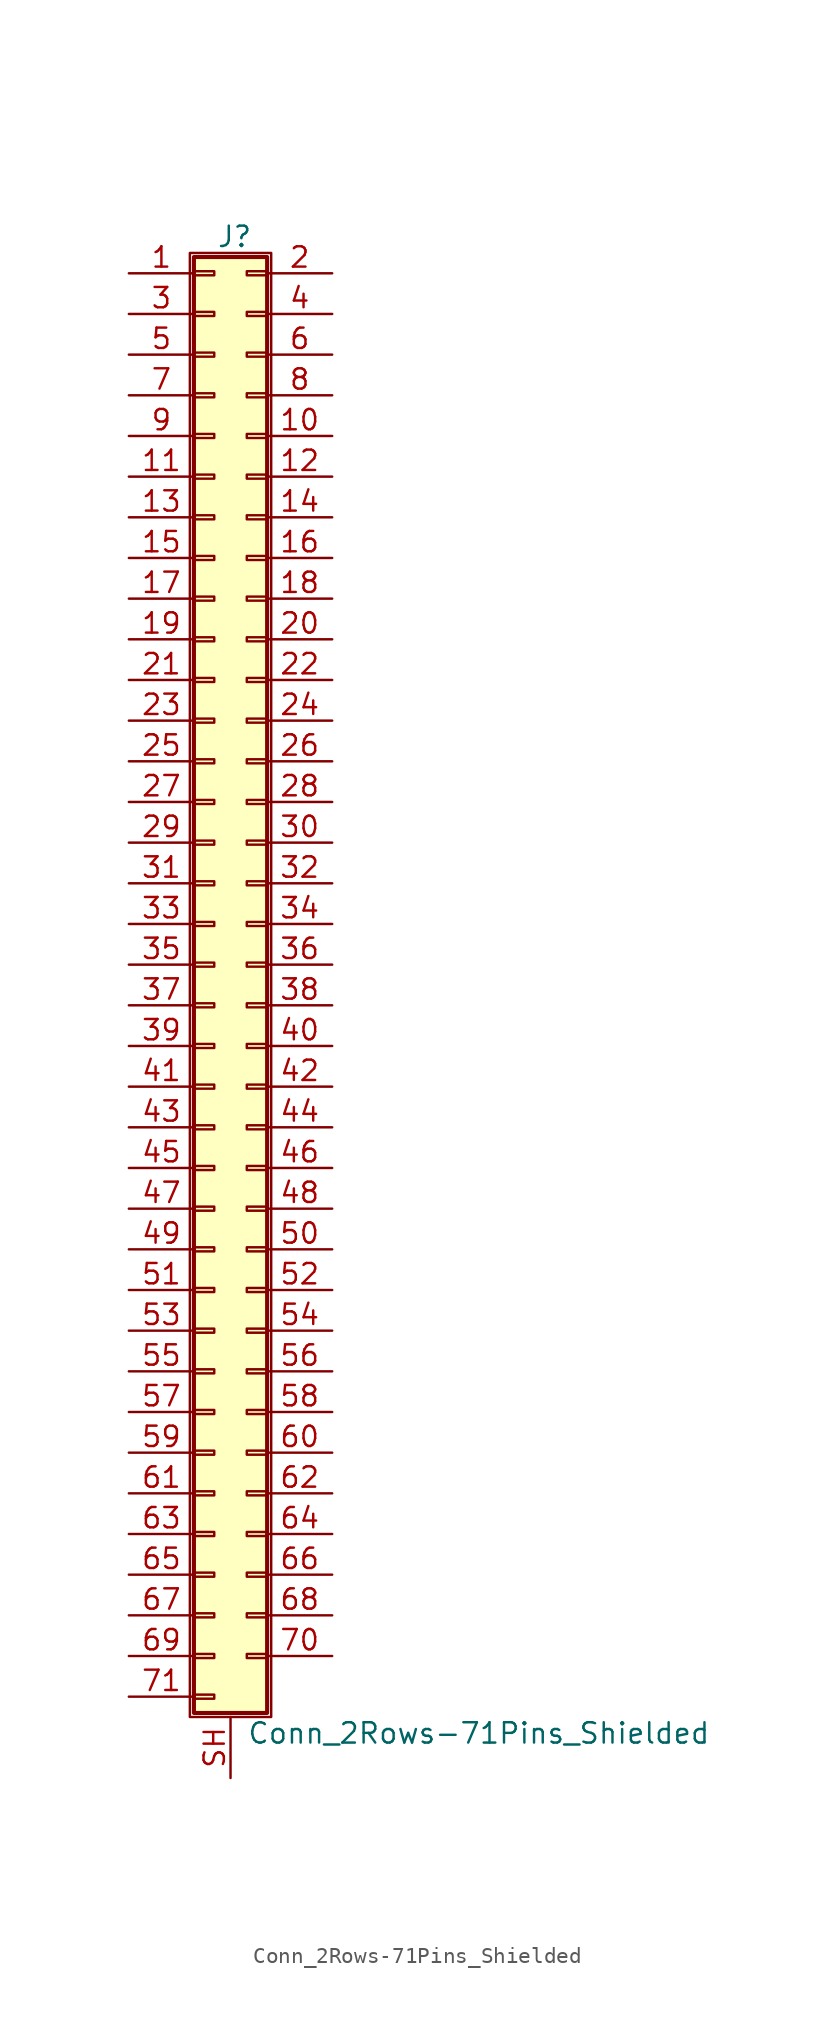
<source format=kicad_sym>
(kicad_symbol_lib
  (version 20201005)
  (generator kicad_symbol_editor)
  (symbol "Connector_Generic_Shielded:Conn_2Rows-71Pins_Shielded"
    (pin_names
      (offset 1.016) hide)
    (property "Reference" "J"
      (at 1.524 45.466 0)
      (effects (font (size 1.27 1.27))))
    (property "Value" "Conn_2Rows-71Pins_Shielded"
      (at 2.286 -48.006 0)
      (effects (font (size 1.27 1.27)) (justify left)))
    (symbol "Conn_2Rows-71Pins_Shielded_1_1"
      (rectangle (start -1.016 -27.813) (end 0.254 -28.067) (stroke (width 0.152)) (fill (type none)))
      (rectangle (start -1.016 -30.353) (end 0.254 -30.607) (stroke (width 0.152)) (fill (type none)))
      (rectangle (start -1.016 -32.893) (end 0.254 -33.147) (stroke (width 0.152)) (fill (type none)))
      (rectangle (start -1.016 -35.433) (end 0.254 -35.687) (stroke (width 0.152)) (fill (type none)))
      (rectangle (start -1.016 -37.973) (end 0.254 -38.227) (stroke (width 0.152)) (fill (type none)))
      (rectangle (start -1.016 -40.513) (end 0.254 -40.767) (stroke (width 0.152)) (fill (type none)))
      (rectangle (start -1.016 -43.053) (end 0.254 -43.307) (stroke (width 0.152)) (fill (type none)))
      (rectangle (start -1.016 -45.593) (end 0.254 -45.847) (stroke (width 0.152)) (fill (type none)))
      (rectangle (start -1.016 -4.953) (end 0.254 -5.207) (stroke (width 0.152)) (fill (type none)))
      (rectangle (start -1.016 -7.493) (end 0.254 -7.747) (stroke (width 0.152)) (fill (type none)))
      (rectangle (start -1.016 -10.033) (end 0.254 -10.287) (stroke (width 0.152)) (fill (type none)))
      (rectangle (start -1.016 -12.573) (end 0.254 -12.827) (stroke (width 0.152)) (fill (type none)))
      (rectangle (start -1.016 -15.113) (end 0.254 -15.367) (stroke (width 0.152)) (fill (type none)))
      (rectangle (start -1.016 -17.653) (end 0.254 -17.907) (stroke (width 0.152)) (fill (type none)))
      (rectangle (start -1.016 -20.193) (end 0.254 -20.447) (stroke (width 0.152)) (fill (type none)))
      (rectangle (start -1.016 -22.733) (end 0.254 -22.987) (stroke (width 0.152)) (fill (type none)))
      (rectangle (start -1.016 -2.413) (end 0.254 -2.667) (stroke (width 0.152)) (fill (type none)))
      (rectangle (start -1.016 -25.273) (end 0.254 -25.527) (stroke (width 0.152)) (fill (type none)))
      (rectangle (start -1.016 25.527) (end 0.254 25.273) (stroke (width 0.152)) (fill (type none)))
      (rectangle (start -1.016 2.667) (end 0.254 2.413) (stroke (width 0.152)) (fill (type none)))
      (rectangle (start -1.016 28.067) (end 0.254 27.813) (stroke (width 0.152)) (fill (type none)))
      (rectangle (start -1.016 30.607) (end 0.254 30.353) (stroke (width 0.152)) (fill (type none)))
      (rectangle (start -1.016 33.147) (end 0.254 32.893) (stroke (width 0.152)) (fill (type none)))
      (rectangle (start -1.016 35.687) (end 0.254 35.433) (stroke (width 0.152)) (fill (type none)))
      (rectangle (start -1.016 38.227) (end 0.254 37.973) (stroke (width 0.152)) (fill (type none)))
      (rectangle (start -1.016 40.767) (end 0.254 40.513) (stroke (width 0.152)) (fill (type none)))
      (rectangle (start -1.016 43.307) (end 0.254 43.053) (stroke (width 0.152)) (fill (type none)))
      (rectangle (start -1.016 44.196) (end 3.556 -46.736) (stroke (width 0.254)) (fill (type background)))
      (rectangle (start -1.016 5.207) (end 0.254 4.953) (stroke (width 0.152)) (fill (type none)))
      (rectangle (start -1.016 7.747) (end 0.254 7.493) (stroke (width 0.152)) (fill (type none)))
      (rectangle (start -1.016 10.287) (end 0.254 10.033) (stroke (width 0.152)) (fill (type none)))
      (rectangle (start -1.016 0.127) (end 0.254 -0.127) (stroke (width 0.152)) (fill (type none)))
      (rectangle (start -1.016 12.827) (end 0.254 12.573) (stroke (width 0.152)) (fill (type none)))
      (rectangle (start -1.016 15.367) (end 0.254 15.113) (stroke (width 0.152)) (fill (type none)))
      (rectangle (start -1.016 17.907) (end 0.254 17.653) (stroke (width 0.152)) (fill (type none)))
      (rectangle (start -1.016 20.447) (end 0.254 20.193) (stroke (width 0.152)) (fill (type none)))
      (rectangle (start -1.016 22.987) (end 0.254 22.733) (stroke (width 0.152)) (fill (type none)))
      (rectangle (start -1.27 44.45) (end 3.81 -46.99) (stroke (width 0.152)) (fill (type none)))
      (rectangle (start 3.556 -27.813) (end 2.286 -28.067) (stroke (width 0.152)) (fill (type none)))
      (rectangle (start 3.556 -30.353) (end 2.286 -30.607) (stroke (width 0.152)) (fill (type none)))
      (rectangle (start 3.556 -32.893) (end 2.286 -33.147) (stroke (width 0.152)) (fill (type none)))
      (rectangle (start 3.556 -35.433) (end 2.286 -35.687) (stroke (width 0.152)) (fill (type none)))
      (rectangle (start 3.556 -37.973) (end 2.286 -38.227) (stroke (width 0.152)) (fill (type none)))
      (rectangle (start 3.556 -40.513) (end 2.286 -40.767) (stroke (width 0.152)) (fill (type none)))
      (rectangle (start 3.556 -43.053) (end 2.286 -43.307) (stroke (width 0.152)) (fill (type none)))
      (rectangle (start 3.556 -4.953) (end 2.286 -5.207) (stroke (width 0.152)) (fill (type none)))
      (rectangle (start 3.556 -7.493) (end 2.286 -7.747) (stroke (width 0.152)) (fill (type none)))
      (rectangle (start 3.556 -10.033) (end 2.286 -10.287) (stroke (width 0.152)) (fill (type none)))
      (rectangle (start 3.556 -12.573) (end 2.286 -12.827) (stroke (width 0.152)) (fill (type none)))
      (rectangle (start 3.556 -15.113) (end 2.286 -15.367) (stroke (width 0.152)) (fill (type none)))
      (rectangle (start 3.556 -17.653) (end 2.286 -17.907) (stroke (width 0.152)) (fill (type none)))
      (rectangle (start 3.556 -20.193) (end 2.286 -20.447) (stroke (width 0.152)) (fill (type none)))
      (rectangle (start 3.556 -22.733) (end 2.286 -22.987) (stroke (width 0.152)) (fill (type none)))
      (rectangle (start 3.556 -2.413) (end 2.286 -2.667) (stroke (width 0.152)) (fill (type none)))
      (rectangle (start 3.556 -25.273) (end 2.286 -25.527) (stroke (width 0.152)) (fill (type none)))
      (rectangle (start 3.556 25.527) (end 2.286 25.273) (stroke (width 0.152)) (fill (type none)))
      (rectangle (start 3.556 2.667) (end 2.286 2.413) (stroke (width 0.152)) (fill (type none)))
      (rectangle (start 3.556 28.067) (end 2.286 27.813) (stroke (width 0.152)) (fill (type none)))
      (rectangle (start 3.556 30.607) (end 2.286 30.353) (stroke (width 0.152)) (fill (type none)))
      (rectangle (start 3.556 33.147) (end 2.286 32.893) (stroke (width 0.152)) (fill (type none)))
      (rectangle (start 3.556 35.687) (end 2.286 35.433) (stroke (width 0.152)) (fill (type none)))
      (rectangle (start 3.556 38.227) (end 2.286 37.973) (stroke (width 0.152)) (fill (type none)))
      (rectangle (start 3.556 40.767) (end 2.286 40.513) (stroke (width 0.152)) (fill (type none)))
      (rectangle (start 3.556 43.307) (end 2.286 43.053) (stroke (width 0.152)) (fill (type none)))
      (rectangle (start 3.556 5.207) (end 2.286 4.953) (stroke (width 0.152)) (fill (type none)))
      (rectangle (start 3.556 7.747) (end 2.286 7.493) (stroke (width 0.152)) (fill (type none)))
      (rectangle (start 3.556 10.287) (end 2.286 10.033) (stroke (width 0.152)) (fill (type none)))
      (rectangle (start 3.556 0.127) (end 2.286 -0.127) (stroke (width 0.152)) (fill (type none)))
      (rectangle (start 3.556 12.827) (end 2.286 12.573) (stroke (width 0.152)) (fill (type none)))
      (rectangle (start 3.556 15.367) (end 2.286 15.113) (stroke (width 0.152)) (fill (type none)))
      (rectangle (start 3.556 17.907) (end 2.286 17.653) (stroke (width 0.152)) (fill (type none)))
      (rectangle (start 3.556 20.447) (end 2.286 20.193) (stroke (width 0.152)) (fill (type none)))
      (rectangle (start 3.556 22.987) (end 2.286 22.733) (stroke (width 0.152)) (fill (type none)))
      (pin passive line (at -5.08 43.18 0) (length 4.064) (name "Pin_1" (effects (font (size 1.27 1.27)))) (number "1" (effects (font (size 1.27 1.27)))))
      (pin passive line (at 7.62 33.02 180) (length 4.064) (name "Pin_10" (effects (font (size 1.27 1.27)))) (number "10" (effects (font (size 1.27 1.27)))))
      (pin passive line (at -5.08 30.48 0) (length 4.064) (name "Pin_11" (effects (font (size 1.27 1.27)))) (number "11" (effects (font (size 1.27 1.27)))))
      (pin passive line (at 7.62 30.48 180) (length 4.064) (name "Pin_12" (effects (font (size 1.27 1.27)))) (number "12" (effects (font (size 1.27 1.27)))))
      (pin passive line (at -5.08 27.94 0) (length 4.064) (name "Pin_13" (effects (font (size 1.27 1.27)))) (number "13" (effects (font (size 1.27 1.27)))))
      (pin passive line (at 7.62 27.94 180) (length 4.064) (name "Pin_14" (effects (font (size 1.27 1.27)))) (number "14" (effects (font (size 1.27 1.27)))))
      (pin passive line (at -5.08 25.4 0) (length 4.064) (name "Pin_15" (effects (font (size 1.27 1.27)))) (number "15" (effects (font (size 1.27 1.27)))))
      (pin passive line (at 7.62 25.4 180) (length 4.064) (name "Pin_16" (effects (font (size 1.27 1.27)))) (number "16" (effects (font (size 1.27 1.27)))))
      (pin passive line (at -5.08 22.86 0) (length 4.064) (name "Pin_17" (effects (font (size 1.27 1.27)))) (number "17" (effects (font (size 1.27 1.27)))))
      (pin passive line (at 7.62 22.86 180) (length 4.064) (name "Pin_18" (effects (font (size 1.27 1.27)))) (number "18" (effects (font (size 1.27 1.27)))))
      (pin passive line (at -5.08 20.32 0) (length 4.064) (name "Pin_19" (effects (font (size 1.27 1.27)))) (number "19" (effects (font (size 1.27 1.27)))))
      (pin passive line (at 7.62 43.18 180) (length 4.064) (name "Pin_2" (effects (font (size 1.27 1.27)))) (number "2" (effects (font (size 1.27 1.27)))))
      (pin passive line (at 7.62 20.32 180) (length 4.064) (name "Pin_20" (effects (font (size 1.27 1.27)))) (number "20" (effects (font (size 1.27 1.27)))))
      (pin passive line (at -5.08 17.78 0) (length 4.064) (name "Pin_21" (effects (font (size 1.27 1.27)))) (number "21" (effects (font (size 1.27 1.27)))))
      (pin passive line (at 7.62 17.78 180) (length 4.064) (name "Pin_22" (effects (font (size 1.27 1.27)))) (number "22" (effects (font (size 1.27 1.27)))))
      (pin passive line (at -5.08 15.24 0) (length 4.064) (name "Pin_23" (effects (font (size 1.27 1.27)))) (number "23" (effects (font (size 1.27 1.27)))))
      (pin passive line (at 7.62 15.24 180) (length 4.064) (name "Pin_24" (effects (font (size 1.27 1.27)))) (number "24" (effects (font (size 1.27 1.27)))))
      (pin passive line (at -5.08 12.7 0) (length 4.064) (name "Pin_25" (effects (font (size 1.27 1.27)))) (number "25" (effects (font (size 1.27 1.27)))))
      (pin passive line (at 7.62 12.7 180) (length 4.064) (name "Pin_26" (effects (font (size 1.27 1.27)))) (number "26" (effects (font (size 1.27 1.27)))))
      (pin passive line (at -5.08 10.16 0) (length 4.064) (name "Pin_27" (effects (font (size 1.27 1.27)))) (number "27" (effects (font (size 1.27 1.27)))))
      (pin passive line (at 7.62 10.16 180) (length 4.064) (name "Pin_28" (effects (font (size 1.27 1.27)))) (number "28" (effects (font (size 1.27 1.27)))))
      (pin passive line (at -5.08 7.62 0) (length 4.064) (name "Pin_29" (effects (font (size 1.27 1.27)))) (number "29" (effects (font (size 1.27 1.27)))))
      (pin passive line (at -5.08 40.64 0) (length 4.064) (name "Pin_3" (effects (font (size 1.27 1.27)))) (number "3" (effects (font (size 1.27 1.27)))))
      (pin passive line (at 7.62 7.62 180) (length 4.064) (name "Pin_30" (effects (font (size 1.27 1.27)))) (number "30" (effects (font (size 1.27 1.27)))))
      (pin passive line (at -5.08 5.08 0) (length 4.064) (name "Pin_31" (effects (font (size 1.27 1.27)))) (number "31" (effects (font (size 1.27 1.27)))))
      (pin passive line (at 7.62 5.08 180) (length 4.064) (name "Pin_32" (effects (font (size 1.27 1.27)))) (number "32" (effects (font (size 1.27 1.27)))))
      (pin passive line (at -5.08 2.54 0) (length 4.064) (name "Pin_33" (effects (font (size 1.27 1.27)))) (number "33" (effects (font (size 1.27 1.27)))))
      (pin passive line (at 7.62 2.54 180) (length 4.064) (name "Pin_34" (effects (font (size 1.27 1.27)))) (number "34" (effects (font (size 1.27 1.27)))))
      (pin passive line (at -5.08 0 0) (length 4.064) (name "Pin_35" (effects (font (size 1.27 1.27)))) (number "35" (effects (font (size 1.27 1.27)))))
      (pin passive line (at 7.62 0 180) (length 4.064) (name "Pin_36" (effects (font (size 1.27 1.27)))) (number "36" (effects (font (size 1.27 1.27)))))
      (pin passive line (at -5.08 -2.54 0) (length 4.064) (name "Pin_37" (effects (font (size 1.27 1.27)))) (number "37" (effects (font (size 1.27 1.27)))))
      (pin passive line (at 7.62 -2.54 180) (length 4.064) (name "Pin_38" (effects (font (size 1.27 1.27)))) (number "38" (effects (font (size 1.27 1.27)))))
      (pin passive line (at -5.08 -5.08 0) (length 4.064) (name "Pin_39" (effects (font (size 1.27 1.27)))) (number "39" (effects (font (size 1.27 1.27)))))
      (pin passive line (at 7.62 40.64 180) (length 4.064) (name "Pin_4" (effects (font (size 1.27 1.27)))) (number "4" (effects (font (size 1.27 1.27)))))
      (pin passive line (at 7.62 -5.08 180) (length 4.064) (name "Pin_40" (effects (font (size 1.27 1.27)))) (number "40" (effects (font (size 1.27 1.27)))))
      (pin passive line (at -5.08 -7.62 0) (length 4.064) (name "Pin_41" (effects (font (size 1.27 1.27)))) (number "41" (effects (font (size 1.27 1.27)))))
      (pin passive line (at 7.62 -7.62 180) (length 4.064) (name "Pin_42" (effects (font (size 1.27 1.27)))) (number "42" (effects (font (size 1.27 1.27)))))
      (pin passive line (at -5.08 -10.16 0) (length 4.064) (name "Pin_43" (effects (font (size 1.27 1.27)))) (number "43" (effects (font (size 1.27 1.27)))))
      (pin passive line (at 7.62 -10.16 180) (length 4.064) (name "Pin_44" (effects (font (size 1.27 1.27)))) (number "44" (effects (font (size 1.27 1.27)))))
      (pin passive line (at -5.08 -12.7 0) (length 4.064) (name "Pin_45" (effects (font (size 1.27 1.27)))) (number "45" (effects (font (size 1.27 1.27)))))
      (pin passive line (at 7.62 -12.7 180) (length 4.064) (name "Pin_46" (effects (font (size 1.27 1.27)))) (number "46" (effects (font (size 1.27 1.27)))))
      (pin passive line (at -5.08 -15.24 0) (length 4.064) (name "Pin_47" (effects (font (size 1.27 1.27)))) (number "47" (effects (font (size 1.27 1.27)))))
      (pin passive line (at 7.62 -15.24 180) (length 4.064) (name "Pin_48" (effects (font (size 1.27 1.27)))) (number "48" (effects (font (size 1.27 1.27)))))
      (pin passive line (at -5.08 -17.78 0) (length 4.064) (name "Pin_49" (effects (font (size 1.27 1.27)))) (number "49" (effects (font (size 1.27 1.27)))))
      (pin passive line (at -5.08 38.1 0) (length 4.064) (name "Pin_5" (effects (font (size 1.27 1.27)))) (number "5" (effects (font (size 1.27 1.27)))))
      (pin passive line (at 7.62 -17.78 180) (length 4.064) (name "Pin_50" (effects (font (size 1.27 1.27)))) (number "50" (effects (font (size 1.27 1.27)))))
      (pin passive line (at -5.08 -20.32 0) (length 4.064) (name "Pin_51" (effects (font (size 1.27 1.27)))) (number "51" (effects (font (size 1.27 1.27)))))
      (pin passive line (at 7.62 -20.32 180) (length 4.064) (name "Pin_52" (effects (font (size 1.27 1.27)))) (number "52" (effects (font (size 1.27 1.27)))))
      (pin passive line (at -5.08 -22.86 0) (length 4.064) (name "Pin_53" (effects (font (size 1.27 1.27)))) (number "53" (effects (font (size 1.27 1.27)))))
      (pin passive line (at 7.62 -22.86 180) (length 4.064) (name "Pin_54" (effects (font (size 1.27 1.27)))) (number "54" (effects (font (size 1.27 1.27)))))
      (pin passive line (at -5.08 -25.4 0) (length 4.064) (name "Pin_55" (effects (font (size 1.27 1.27)))) (number "55" (effects (font (size 1.27 1.27)))))
      (pin passive line (at 7.62 -25.4 180) (length 4.064) (name "Pin_56" (effects (font (size 1.27 1.27)))) (number "56" (effects (font (size 1.27 1.27)))))
      (pin passive line (at -5.08 -27.94 0) (length 4.064) (name "Pin_57" (effects (font (size 1.27 1.27)))) (number "57" (effects (font (size 1.27 1.27)))))
      (pin passive line (at 7.62 -27.94 180) (length 4.064) (name "Pin_58" (effects (font (size 1.27 1.27)))) (number "58" (effects (font (size 1.27 1.27)))))
      (pin passive line (at -5.08 -30.48 0) (length 4.064) (name "Pin_59" (effects (font (size 1.27 1.27)))) (number "59" (effects (font (size 1.27 1.27)))))
      (pin passive line (at 7.62 38.1 180) (length 4.064) (name "Pin_6" (effects (font (size 1.27 1.27)))) (number "6" (effects (font (size 1.27 1.27)))))
      (pin passive line (at 7.62 -30.48 180) (length 4.064) (name "Pin_60" (effects (font (size 1.27 1.27)))) (number "60" (effects (font (size 1.27 1.27)))))
      (pin passive line (at -5.08 -33.02 0) (length 4.064) (name "Pin_61" (effects (font (size 1.27 1.27)))) (number "61" (effects (font (size 1.27 1.27)))))
      (pin passive line (at 7.62 -33.02 180) (length 4.064) (name "Pin_62" (effects (font (size 1.27 1.27)))) (number "62" (effects (font (size 1.27 1.27)))))
      (pin passive line (at -5.08 -35.56 0) (length 4.064) (name "Pin_63" (effects (font (size 1.27 1.27)))) (number "63" (effects (font (size 1.27 1.27)))))
      (pin passive line (at 7.62 -35.56 180) (length 4.064) (name "Pin_64" (effects (font (size 1.27 1.27)))) (number "64" (effects (font (size 1.27 1.27)))))
      (pin passive line (at -5.08 -38.1 0) (length 4.064) (name "Pin_65" (effects (font (size 1.27 1.27)))) (number "65" (effects (font (size 1.27 1.27)))))
      (pin passive line (at 7.62 -38.1 180) (length 4.064) (name "Pin_66" (effects (font (size 1.27 1.27)))) (number "66" (effects (font (size 1.27 1.27)))))
      (pin passive line (at -5.08 -40.64 0) (length 4.064) (name "Pin_67" (effects (font (size 1.27 1.27)))) (number "67" (effects (font (size 1.27 1.27)))))
      (pin passive line (at 7.62 -40.64 180) (length 4.064) (name "Pin_68" (effects (font (size 1.27 1.27)))) (number "68" (effects (font (size 1.27 1.27)))))
      (pin passive line (at -5.08 -43.18 0) (length 4.064) (name "Pin_69" (effects (font (size 1.27 1.27)))) (number "69" (effects (font (size 1.27 1.27)))))
      (pin passive line (at -5.08 35.56 0) (length 4.064) (name "Pin_7" (effects (font (size 1.27 1.27)))) (number "7" (effects (font (size 1.27 1.27)))))
      (pin passive line (at 7.62 -43.18 180) (length 4.064) (name "Pin_70" (effects (font (size 1.27 1.27)))) (number "70" (effects (font (size 1.27 1.27)))))
      (pin passive line (at -5.08 -45.72 0) (length 4.064) (name "Pin_71" (effects (font (size 1.27 1.27)))) (number "71" (effects (font (size 1.27 1.27)))))
      (pin passive line (at 7.62 35.56 180) (length 4.064) (name "Pin_8" (effects (font (size 1.27 1.27)))) (number "8" (effects (font (size 1.27 1.27)))))
      (pin passive line (at -5.08 33.02 0) (length 4.064) (name "Pin_9" (effects (font (size 1.27 1.27)))) (number "9" (effects (font (size 1.27 1.27)))))
      (pin passive line (at 1.27 -50.8 90) (length 3.81) (name "Shield" (effects (font (size 1.27 1.27)))) (number "SH" (effects (font (size 1.27 1.27))))))))
</source>
